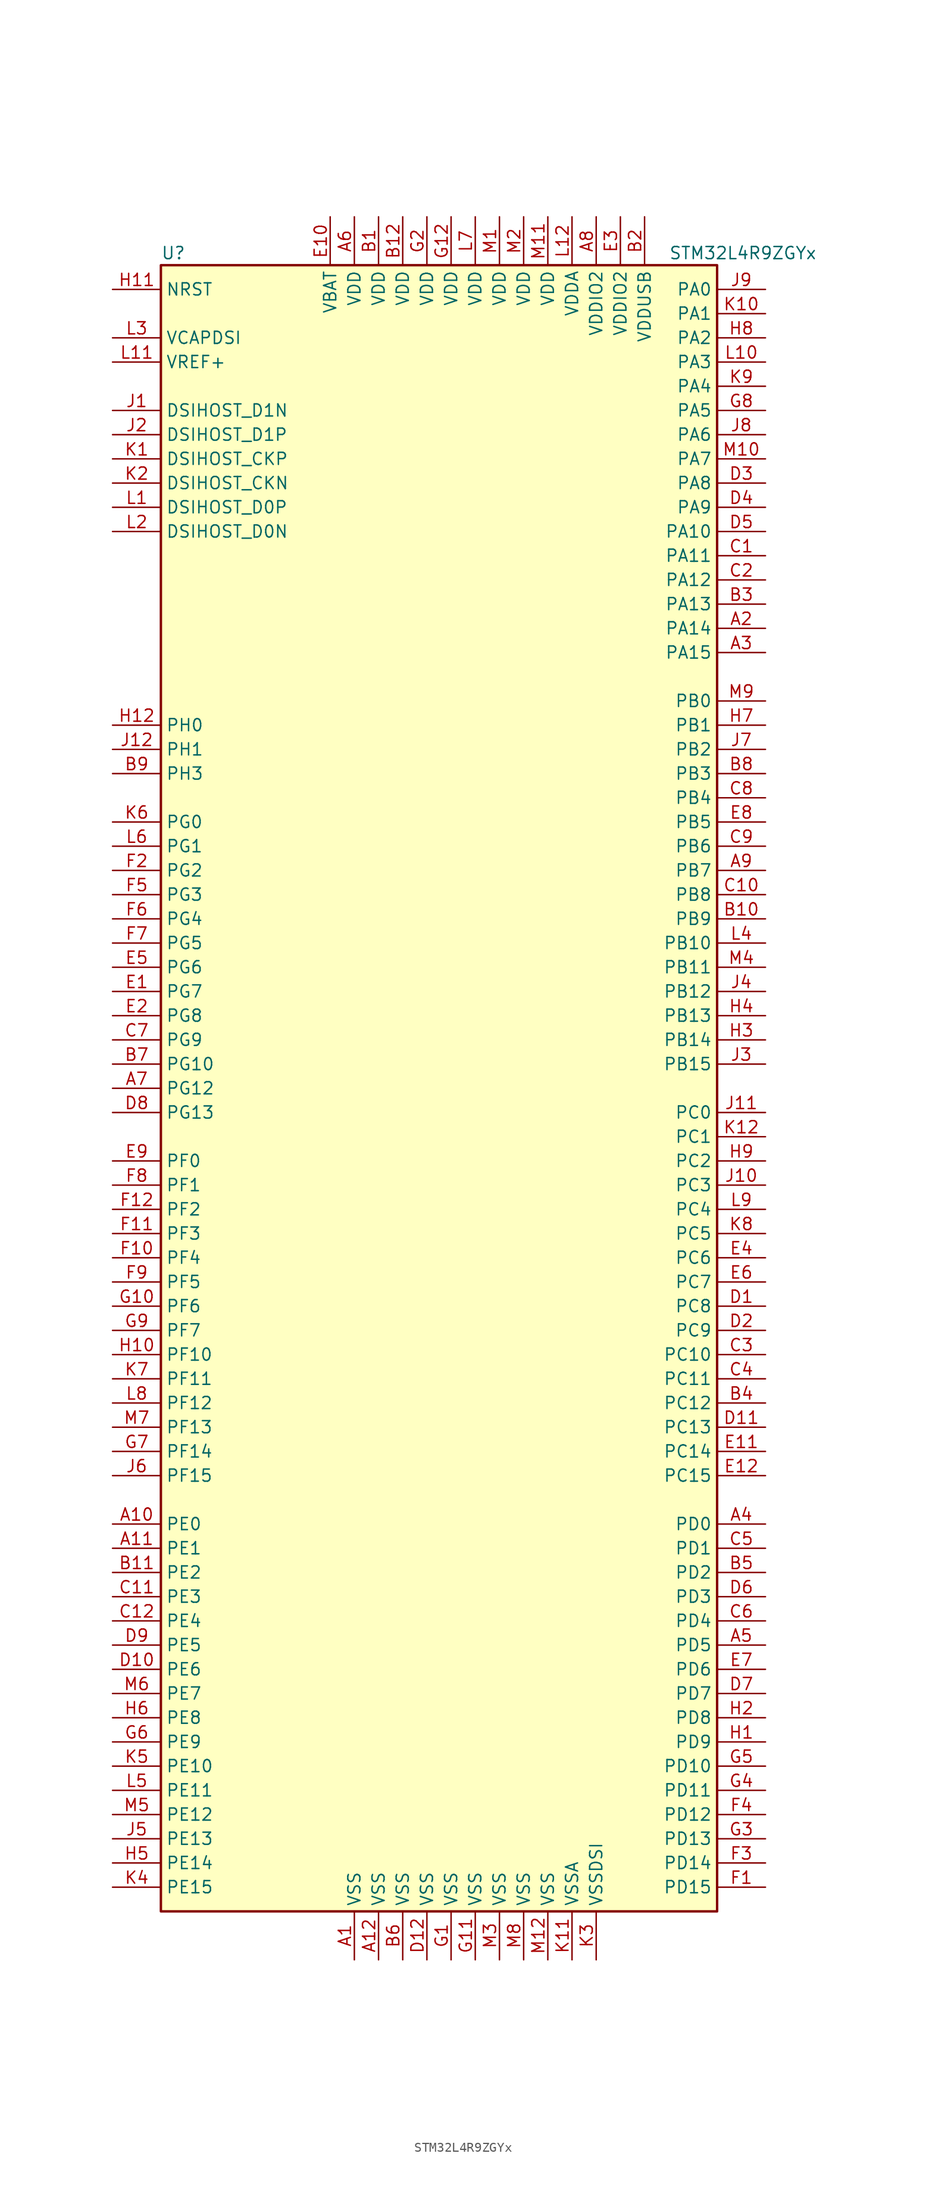
<source format=kicad_sym>
(kicad_symbol_lib
  (version 20201005)
  (generator kicad_symbol_editor)
  (symbol "STM32L4R9ZGYx"
    (property "Reference" "U"
      (at -30.48 87.63 0)
      (effects (font (size 1.27 1.27)) (justify left)))
    (property "Value" "STM32L4R9ZGYx"
      (at 22.86 87.63 0)
      (effects (font (size 1.27 1.27)) (justify left)))
    (symbol "STM32L4R9ZGYx_0_1"
      (rectangle (start -30.48 -86.36) (end 27.94 86.36) (stroke (width 0.254)) (fill (type background))))
    (symbol "STM32L4R9ZGYx_1_1"
      (pin power_in line (at -10.16 -91.44 90) (length 5.08) (name "VSS" (effects (font (size 1.27 1.27)))) (number "A1" (effects (font (size 1.27 1.27)))))
      (pin bidirectional line (at -35.56 -45.72 0) (length 5.08) (name "PE0" (effects (font (size 1.27 1.27)))) (number "A10" (effects (font (size 1.27 1.27)))))
      (pin bidirectional line (at -35.56 -48.26 0) (length 5.08) (name "PE1" (effects (font (size 1.27 1.27)))) (number "A11" (effects (font (size 1.27 1.27)))))
      (pin power_in line (at -7.62 -91.44 90) (length 5.08) (name "VSS" (effects (font (size 1.27 1.27)))) (number "A12" (effects (font (size 1.27 1.27)))))
      (pin bidirectional line (at 33.02 48.26 180) (length 5.08) (name "PA14" (effects (font (size 1.27 1.27)))) (number "A2" (effects (font (size 1.27 1.27)))))
      (pin bidirectional line (at 33.02 45.72 180) (length 5.08) (name "PA15" (effects (font (size 1.27 1.27)))) (number "A3" (effects (font (size 1.27 1.27)))))
      (pin bidirectional line (at 33.02 -45.72 180) (length 5.08) (name "PD0" (effects (font (size 1.27 1.27)))) (number "A4" (effects (font (size 1.27 1.27)))))
      (pin bidirectional line (at 33.02 -58.42 180) (length 5.08) (name "PD5" (effects (font (size 1.27 1.27)))) (number "A5" (effects (font (size 1.27 1.27)))))
      (pin power_in line (at -10.16 91.44 270) (length 5.08) (name "VDD" (effects (font (size 1.27 1.27)))) (number "A6" (effects (font (size 1.27 1.27)))))
      (pin bidirectional line (at -35.56 0 0) (length 5.08) (name "PG12" (effects (font (size 1.27 1.27)))) (number "A7" (effects (font (size 1.27 1.27)))))
      (pin power_in line (at 15.24 91.44 270) (length 5.08) (name "VDDIO2" (effects (font (size 1.27 1.27)))) (number "A8" (effects (font (size 1.27 1.27)))))
      (pin bidirectional line (at 33.02 22.86 180) (length 5.08) (name "PB7" (effects (font (size 1.27 1.27)))) (number "A9" (effects (font (size 1.27 1.27)))))
      (pin power_in line (at -7.62 91.44 270) (length 5.08) (name "VDD" (effects (font (size 1.27 1.27)))) (number "B1" (effects (font (size 1.27 1.27)))))
      (pin bidirectional line (at 33.02 17.78 180) (length 5.08) (name "PB9" (effects (font (size 1.27 1.27)))) (number "B10" (effects (font (size 1.27 1.27)))))
      (pin bidirectional line (at -35.56 -50.8 0) (length 5.08) (name "PE2" (effects (font (size 1.27 1.27)))) (number "B11" (effects (font (size 1.27 1.27)))))
      (pin power_in line (at -5.08 91.44 270) (length 5.08) (name "VDD" (effects (font (size 1.27 1.27)))) (number "B12" (effects (font (size 1.27 1.27)))))
      (pin power_in line (at 20.32 91.44 270) (length 5.08) (name "VDDUSB" (effects (font (size 1.27 1.27)))) (number "B2" (effects (font (size 1.27 1.27)))))
      (pin bidirectional line (at 33.02 50.8 180) (length 5.08) (name "PA13" (effects (font (size 1.27 1.27)))) (number "B3" (effects (font (size 1.27 1.27)))))
      (pin bidirectional line (at 33.02 -33.02 180) (length 5.08) (name "PC12" (effects (font (size 1.27 1.27)))) (number "B4" (effects (font (size 1.27 1.27)))))
      (pin bidirectional line (at 33.02 -50.8 180) (length 5.08) (name "PD2" (effects (font (size 1.27 1.27)))) (number "B5" (effects (font (size 1.27 1.27)))))
      (pin power_in line (at -5.08 -91.44 90) (length 5.08) (name "VSS" (effects (font (size 1.27 1.27)))) (number "B6" (effects (font (size 1.27 1.27)))))
      (pin bidirectional line (at -35.56 2.54 0) (length 5.08) (name "PG10" (effects (font (size 1.27 1.27)))) (number "B7" (effects (font (size 1.27 1.27)))))
      (pin bidirectional line (at 33.02 33.02 180) (length 5.08) (name "PB3" (effects (font (size 1.27 1.27)))) (number "B8" (effects (font (size 1.27 1.27)))))
      (pin bidirectional line (at -35.56 33.02 0) (length 5.08) (name "PH3" (effects (font (size 1.27 1.27)))) (number "B9" (effects (font (size 1.27 1.27)))))
      (pin bidirectional line (at 33.02 55.88 180) (length 5.08) (name "PA11" (effects (font (size 1.27 1.27)))) (number "C1" (effects (font (size 1.27 1.27)))))
      (pin bidirectional line (at 33.02 20.32 180) (length 5.08) (name "PB8" (effects (font (size 1.27 1.27)))) (number "C10" (effects (font (size 1.27 1.27)))))
      (pin bidirectional line (at -35.56 -53.34 0) (length 5.08) (name "PE3" (effects (font (size 1.27 1.27)))) (number "C11" (effects (font (size 1.27 1.27)))))
      (pin bidirectional line (at -35.56 -55.88 0) (length 5.08) (name "PE4" (effects (font (size 1.27 1.27)))) (number "C12" (effects (font (size 1.27 1.27)))))
      (pin bidirectional line (at 33.02 53.34 180) (length 5.08) (name "PA12" (effects (font (size 1.27 1.27)))) (number "C2" (effects (font (size 1.27 1.27)))))
      (pin bidirectional line (at 33.02 -27.94 180) (length 5.08) (name "PC10" (effects (font (size 1.27 1.27)))) (number "C3" (effects (font (size 1.27 1.27)))))
      (pin bidirectional line (at 33.02 -30.48 180) (length 5.08) (name "PC11" (effects (font (size 1.27 1.27)))) (number "C4" (effects (font (size 1.27 1.27)))))
      (pin bidirectional line (at 33.02 -48.26 180) (length 5.08) (name "PD1" (effects (font (size 1.27 1.27)))) (number "C5" (effects (font (size 1.27 1.27)))))
      (pin bidirectional line (at 33.02 -55.88 180) (length 5.08) (name "PD4" (effects (font (size 1.27 1.27)))) (number "C6" (effects (font (size 1.27 1.27)))))
      (pin bidirectional line (at -35.56 5.08 0) (length 5.08) (name "PG9" (effects (font (size 1.27 1.27)))) (number "C7" (effects (font (size 1.27 1.27)))))
      (pin bidirectional line (at 33.02 30.48 180) (length 5.08) (name "PB4" (effects (font (size 1.27 1.27)))) (number "C8" (effects (font (size 1.27 1.27)))))
      (pin bidirectional line (at 33.02 25.4 180) (length 5.08) (name "PB6" (effects (font (size 1.27 1.27)))) (number "C9" (effects (font (size 1.27 1.27)))))
      (pin bidirectional line (at 33.02 -22.86 180) (length 5.08) (name "PC8" (effects (font (size 1.27 1.27)))) (number "D1" (effects (font (size 1.27 1.27)))))
      (pin bidirectional line (at -35.56 -60.96 0) (length 5.08) (name "PE6" (effects (font (size 1.27 1.27)))) (number "D10" (effects (font (size 1.27 1.27)))))
      (pin bidirectional line (at 33.02 -35.56 180) (length 5.08) (name "PC13" (effects (font (size 1.27 1.27)))) (number "D11" (effects (font (size 1.27 1.27)))))
      (pin power_in line (at -2.54 -91.44 90) (length 5.08) (name "VSS" (effects (font (size 1.27 1.27)))) (number "D12" (effects (font (size 1.27 1.27)))))
      (pin bidirectional line (at 33.02 -25.4 180) (length 5.08) (name "PC9" (effects (font (size 1.27 1.27)))) (number "D2" (effects (font (size 1.27 1.27)))))
      (pin bidirectional line (at 33.02 63.5 180) (length 5.08) (name "PA8" (effects (font (size 1.27 1.27)))) (number "D3" (effects (font (size 1.27 1.27)))))
      (pin bidirectional line (at 33.02 60.96 180) (length 5.08) (name "PA9" (effects (font (size 1.27 1.27)))) (number "D4" (effects (font (size 1.27 1.27)))))
      (pin bidirectional line (at 33.02 58.42 180) (length 5.08) (name "PA10" (effects (font (size 1.27 1.27)))) (number "D5" (effects (font (size 1.27 1.27)))))
      (pin bidirectional line (at 33.02 -53.34 180) (length 5.08) (name "PD3" (effects (font (size 1.27 1.27)))) (number "D6" (effects (font (size 1.27 1.27)))))
      (pin bidirectional line (at 33.02 -63.5 180) (length 5.08) (name "PD7" (effects (font (size 1.27 1.27)))) (number "D7" (effects (font (size 1.27 1.27)))))
      (pin bidirectional line (at -35.56 -2.54 0) (length 5.08) (name "PG13" (effects (font (size 1.27 1.27)))) (number "D8" (effects (font (size 1.27 1.27)))))
      (pin bidirectional line (at -35.56 -58.42 0) (length 5.08) (name "PE5" (effects (font (size 1.27 1.27)))) (number "D9" (effects (font (size 1.27 1.27)))))
      (pin bidirectional line (at -35.56 10.16 0) (length 5.08) (name "PG7" (effects (font (size 1.27 1.27)))) (number "E1" (effects (font (size 1.27 1.27)))))
      (pin power_in line (at -12.7 91.44 270) (length 5.08) (name "VBAT" (effects (font (size 1.27 1.27)))) (number "E10" (effects (font (size 1.27 1.27)))))
      (pin bidirectional line (at 33.02 -38.1 180) (length 5.08) (name "PC14" (effects (font (size 1.27 1.27)))) (number "E11" (effects (font (size 1.27 1.27)))))
      (pin bidirectional line (at 33.02 -40.64 180) (length 5.08) (name "PC15" (effects (font (size 1.27 1.27)))) (number "E12" (effects (font (size 1.27 1.27)))))
      (pin bidirectional line (at -35.56 7.62 0) (length 5.08) (name "PG8" (effects (font (size 1.27 1.27)))) (number "E2" (effects (font (size 1.27 1.27)))))
      (pin power_in line (at 17.78 91.44 270) (length 5.08) (name "VDDIO2" (effects (font (size 1.27 1.27)))) (number "E3" (effects (font (size 1.27 1.27)))))
      (pin bidirectional line (at 33.02 -17.78 180) (length 5.08) (name "PC6" (effects (font (size 1.27 1.27)))) (number "E4" (effects (font (size 1.27 1.27)))))
      (pin bidirectional line (at -35.56 12.7 0) (length 5.08) (name "PG6" (effects (font (size 1.27 1.27)))) (number "E5" (effects (font (size 1.27 1.27)))))
      (pin bidirectional line (at 33.02 -20.32 180) (length 5.08) (name "PC7" (effects (font (size 1.27 1.27)))) (number "E6" (effects (font (size 1.27 1.27)))))
      (pin bidirectional line (at 33.02 -60.96 180) (length 5.08) (name "PD6" (effects (font (size 1.27 1.27)))) (number "E7" (effects (font (size 1.27 1.27)))))
      (pin bidirectional line (at 33.02 27.94 180) (length 5.08) (name "PB5" (effects (font (size 1.27 1.27)))) (number "E8" (effects (font (size 1.27 1.27)))))
      (pin bidirectional line (at -35.56 -7.62 0) (length 5.08) (name "PF0" (effects (font (size 1.27 1.27)))) (number "E9" (effects (font (size 1.27 1.27)))))
      (pin bidirectional line (at 33.02 -83.82 180) (length 5.08) (name "PD15" (effects (font (size 1.27 1.27)))) (number "F1" (effects (font (size 1.27 1.27)))))
      (pin bidirectional line (at -35.56 -17.78 0) (length 5.08) (name "PF4" (effects (font (size 1.27 1.27)))) (number "F10" (effects (font (size 1.27 1.27)))))
      (pin bidirectional line (at -35.56 -15.24 0) (length 5.08) (name "PF3" (effects (font (size 1.27 1.27)))) (number "F11" (effects (font (size 1.27 1.27)))))
      (pin bidirectional line (at -35.56 -12.7 0) (length 5.08) (name "PF2" (effects (font (size 1.27 1.27)))) (number "F12" (effects (font (size 1.27 1.27)))))
      (pin bidirectional line (at -35.56 22.86 0) (length 5.08) (name "PG2" (effects (font (size 1.27 1.27)))) (number "F2" (effects (font (size 1.27 1.27)))))
      (pin bidirectional line (at 33.02 -81.28 180) (length 5.08) (name "PD14" (effects (font (size 1.27 1.27)))) (number "F3" (effects (font (size 1.27 1.27)))))
      (pin bidirectional line (at 33.02 -76.2 180) (length 5.08) (name "PD12" (effects (font (size 1.27 1.27)))) (number "F4" (effects (font (size 1.27 1.27)))))
      (pin bidirectional line (at -35.56 20.32 0) (length 5.08) (name "PG3" (effects (font (size 1.27 1.27)))) (number "F5" (effects (font (size 1.27 1.27)))))
      (pin bidirectional line (at -35.56 17.78 0) (length 5.08) (name "PG4" (effects (font (size 1.27 1.27)))) (number "F6" (effects (font (size 1.27 1.27)))))
      (pin bidirectional line (at -35.56 15.24 0) (length 5.08) (name "PG5" (effects (font (size 1.27 1.27)))) (number "F7" (effects (font (size 1.27 1.27)))))
      (pin bidirectional line (at -35.56 -10.16 0) (length 5.08) (name "PF1" (effects (font (size 1.27 1.27)))) (number "F8" (effects (font (size 1.27 1.27)))))
      (pin bidirectional line (at -35.56 -20.32 0) (length 5.08) (name "PF5" (effects (font (size 1.27 1.27)))) (number "F9" (effects (font (size 1.27 1.27)))))
      (pin power_in line (at 0 -91.44 90) (length 5.08) (name "VSS" (effects (font (size 1.27 1.27)))) (number "G1" (effects (font (size 1.27 1.27)))))
      (pin bidirectional line (at -35.56 -22.86 0) (length 5.08) (name "PF6" (effects (font (size 1.27 1.27)))) (number "G10" (effects (font (size 1.27 1.27)))))
      (pin power_in line (at 2.54 -91.44 90) (length 5.08) (name "VSS" (effects (font (size 1.27 1.27)))) (number "G11" (effects (font (size 1.27 1.27)))))
      (pin power_in line (at 0 91.44 270) (length 5.08) (name "VDD" (effects (font (size 1.27 1.27)))) (number "G12" (effects (font (size 1.27 1.27)))))
      (pin power_in line (at -2.54 91.44 270) (length 5.08) (name "VDD" (effects (font (size 1.27 1.27)))) (number "G2" (effects (font (size 1.27 1.27)))))
      (pin bidirectional line (at 33.02 -78.74 180) (length 5.08) (name "PD13" (effects (font (size 1.27 1.27)))) (number "G3" (effects (font (size 1.27 1.27)))))
      (pin bidirectional line (at 33.02 -73.66 180) (length 5.08) (name "PD11" (effects (font (size 1.27 1.27)))) (number "G4" (effects (font (size 1.27 1.27)))))
      (pin bidirectional line (at 33.02 -71.12 180) (length 5.08) (name "PD10" (effects (font (size 1.27 1.27)))) (number "G5" (effects (font (size 1.27 1.27)))))
      (pin bidirectional line (at -35.56 -68.58 0) (length 5.08) (name "PE9" (effects (font (size 1.27 1.27)))) (number "G6" (effects (font (size 1.27 1.27)))))
      (pin bidirectional line (at -35.56 -38.1 0) (length 5.08) (name "PF14" (effects (font (size 1.27 1.27)))) (number "G7" (effects (font (size 1.27 1.27)))))
      (pin bidirectional line (at 33.02 71.12 180) (length 5.08) (name "PA5" (effects (font (size 1.27 1.27)))) (number "G8" (effects (font (size 1.27 1.27)))))
      (pin bidirectional line (at -35.56 -25.4 0) (length 5.08) (name "PF7" (effects (font (size 1.27 1.27)))) (number "G9" (effects (font (size 1.27 1.27)))))
      (pin bidirectional line (at 33.02 -68.58 180) (length 5.08) (name "PD9" (effects (font (size 1.27 1.27)))) (number "H1" (effects (font (size 1.27 1.27)))))
      (pin bidirectional line (at -35.56 -27.94 0) (length 5.08) (name "PF10" (effects (font (size 1.27 1.27)))) (number "H10" (effects (font (size 1.27 1.27)))))
      (pin input line (at -35.56 83.82 0) (length 5.08) (name "NRST" (effects (font (size 1.27 1.27)))) (number "H11" (effects (font (size 1.27 1.27)))))
      (pin input line (at -35.56 38.1 0) (length 5.08) (name "PH0" (effects (font (size 1.27 1.27)))) (number "H12" (effects (font (size 1.27 1.27)))))
      (pin bidirectional line (at 33.02 -66.04 180) (length 5.08) (name "PD8" (effects (font (size 1.27 1.27)))) (number "H2" (effects (font (size 1.27 1.27)))))
      (pin bidirectional line (at 33.02 5.08 180) (length 5.08) (name "PB14" (effects (font (size 1.27 1.27)))) (number "H3" (effects (font (size 1.27 1.27)))))
      (pin bidirectional line (at 33.02 7.62 180) (length 5.08) (name "PB13" (effects (font (size 1.27 1.27)))) (number "H4" (effects (font (size 1.27 1.27)))))
      (pin bidirectional line (at -35.56 -81.28 0) (length 5.08) (name "PE14" (effects (font (size 1.27 1.27)))) (number "H5" (effects (font (size 1.27 1.27)))))
      (pin bidirectional line (at -35.56 -66.04 0) (length 5.08) (name "PE8" (effects (font (size 1.27 1.27)))) (number "H6" (effects (font (size 1.27 1.27)))))
      (pin bidirectional line (at 33.02 38.1 180) (length 5.08) (name "PB1" (effects (font (size 1.27 1.27)))) (number "H7" (effects (font (size 1.27 1.27)))))
      (pin bidirectional line (at 33.02 78.74 180) (length 5.08) (name "PA2" (effects (font (size 1.27 1.27)))) (number "H8" (effects (font (size 1.27 1.27)))))
      (pin bidirectional line (at 33.02 -7.62 180) (length 5.08) (name "PC2" (effects (font (size 1.27 1.27)))) (number "H9" (effects (font (size 1.27 1.27)))))
      (pin bidirectional line (at -35.56 71.12 0) (length 5.08) (name "DSIHOST_D1N" (effects (font (size 1.27 1.27)))) (number "J1" (effects (font (size 1.27 1.27)))))
      (pin bidirectional line (at 33.02 -10.16 180) (length 5.08) (name "PC3" (effects (font (size 1.27 1.27)))) (number "J10" (effects (font (size 1.27 1.27)))))
      (pin bidirectional line (at 33.02 -2.54 180) (length 5.08) (name "PC0" (effects (font (size 1.27 1.27)))) (number "J11" (effects (font (size 1.27 1.27)))))
      (pin input line (at -35.56 35.56 0) (length 5.08) (name "PH1" (effects (font (size 1.27 1.27)))) (number "J12" (effects (font (size 1.27 1.27)))))
      (pin bidirectional line (at -35.56 68.58 0) (length 5.08) (name "DSIHOST_D1P" (effects (font (size 1.27 1.27)))) (number "J2" (effects (font (size 1.27 1.27)))))
      (pin bidirectional line (at 33.02 2.54 180) (length 5.08) (name "PB15" (effects (font (size 1.27 1.27)))) (number "J3" (effects (font (size 1.27 1.27)))))
      (pin bidirectional line (at 33.02 10.16 180) (length 5.08) (name "PB12" (effects (font (size 1.27 1.27)))) (number "J4" (effects (font (size 1.27 1.27)))))
      (pin bidirectional line (at -35.56 -78.74 0) (length 5.08) (name "PE13" (effects (font (size 1.27 1.27)))) (number "J5" (effects (font (size 1.27 1.27)))))
      (pin bidirectional line (at -35.56 -40.64 0) (length 5.08) (name "PF15" (effects (font (size 1.27 1.27)))) (number "J6" (effects (font (size 1.27 1.27)))))
      (pin bidirectional line (at 33.02 35.56 180) (length 5.08) (name "PB2" (effects (font (size 1.27 1.27)))) (number "J7" (effects (font (size 1.27 1.27)))))
      (pin bidirectional line (at 33.02 68.58 180) (length 5.08) (name "PA6" (effects (font (size 1.27 1.27)))) (number "J8" (effects (font (size 1.27 1.27)))))
      (pin bidirectional line (at 33.02 83.82 180) (length 5.08) (name "PA0" (effects (font (size 1.27 1.27)))) (number "J9" (effects (font (size 1.27 1.27)))))
      (pin bidirectional line (at -35.56 66.04 0) (length 5.08) (name "DSIHOST_CKP" (effects (font (size 1.27 1.27)))) (number "K1" (effects (font (size 1.27 1.27)))))
      (pin bidirectional line (at 33.02 81.28 180) (length 5.08) (name "PA1" (effects (font (size 1.27 1.27)))) (number "K10" (effects (font (size 1.27 1.27)))))
      (pin power_in line (at 12.7 -91.44 90) (length 5.08) (name "VSSA" (effects (font (size 1.27 1.27)))) (number "K11" (effects (font (size 1.27 1.27)))))
      (pin bidirectional line (at 33.02 -5.08 180) (length 5.08) (name "PC1" (effects (font (size 1.27 1.27)))) (number "K12" (effects (font (size 1.27 1.27)))))
      (pin bidirectional line (at -35.56 63.5 0) (length 5.08) (name "DSIHOST_CKN" (effects (font (size 1.27 1.27)))) (number "K2" (effects (font (size 1.27 1.27)))))
      (pin power_in line (at 15.24 -91.44 90) (length 5.08) (name "VSSDSI" (effects (font (size 1.27 1.27)))) (number "K3" (effects (font (size 1.27 1.27)))))
      (pin bidirectional line (at -35.56 -83.82 0) (length 5.08) (name "PE15" (effects (font (size 1.27 1.27)))) (number "K4" (effects (font (size 1.27 1.27)))))
      (pin bidirectional line (at -35.56 -71.12 0) (length 5.08) (name "PE10" (effects (font (size 1.27 1.27)))) (number "K5" (effects (font (size 1.27 1.27)))))
      (pin bidirectional line (at -35.56 27.94 0) (length 5.08) (name "PG0" (effects (font (size 1.27 1.27)))) (number "K6" (effects (font (size 1.27 1.27)))))
      (pin bidirectional line (at -35.56 -30.48 0) (length 5.08) (name "PF11" (effects (font (size 1.27 1.27)))) (number "K7" (effects (font (size 1.27 1.27)))))
      (pin bidirectional line (at 33.02 -15.24 180) (length 5.08) (name "PC5" (effects (font (size 1.27 1.27)))) (number "K8" (effects (font (size 1.27 1.27)))))
      (pin bidirectional line (at 33.02 73.66 180) (length 5.08) (name "PA4" (effects (font (size 1.27 1.27)))) (number "K9" (effects (font (size 1.27 1.27)))))
      (pin bidirectional line (at -35.56 60.96 0) (length 5.08) (name "DSIHOST_D0P" (effects (font (size 1.27 1.27)))) (number "L1" (effects (font (size 1.27 1.27)))))
      (pin bidirectional line (at 33.02 76.2 180) (length 5.08) (name "PA3" (effects (font (size 1.27 1.27)))) (number "L10" (effects (font (size 1.27 1.27)))))
      (pin bidirectional line (at -35.56 76.2 0) (length 5.08) (name "VREF+" (effects (font (size 1.27 1.27)))) (number "L11" (effects (font (size 1.27 1.27)))))
      (pin power_in line (at 12.7 91.44 270) (length 5.08) (name "VDDA" (effects (font (size 1.27 1.27)))) (number "L12" (effects (font (size 1.27 1.27)))))
      (pin bidirectional line (at -35.56 58.42 0) (length 5.08) (name "DSIHOST_D0N" (effects (font (size 1.27 1.27)))) (number "L2" (effects (font (size 1.27 1.27)))))
      (pin power_in line (at -35.56 78.74 0) (length 5.08) (name "VCAPDSI" (effects (font (size 1.27 1.27)))) (number "L3" (effects (font (size 1.27 1.27)))))
      (pin bidirectional line (at 33.02 15.24 180) (length 5.08) (name "PB10" (effects (font (size 1.27 1.27)))) (number "L4" (effects (font (size 1.27 1.27)))))
      (pin bidirectional line (at -35.56 -73.66 0) (length 5.08) (name "PE11" (effects (font (size 1.27 1.27)))) (number "L5" (effects (font (size 1.27 1.27)))))
      (pin bidirectional line (at -35.56 25.4 0) (length 5.08) (name "PG1" (effects (font (size 1.27 1.27)))) (number "L6" (effects (font (size 1.27 1.27)))))
      (pin power_in line (at 2.54 91.44 270) (length 5.08) (name "VDD" (effects (font (size 1.27 1.27)))) (number "L7" (effects (font (size 1.27 1.27)))))
      (pin bidirectional line (at -35.56 -33.02 0) (length 5.08) (name "PF12" (effects (font (size 1.27 1.27)))) (number "L8" (effects (font (size 1.27 1.27)))))
      (pin bidirectional line (at 33.02 -12.7 180) (length 5.08) (name "PC4" (effects (font (size 1.27 1.27)))) (number "L9" (effects (font (size 1.27 1.27)))))
      (pin power_in line (at 5.08 91.44 270) (length 5.08) (name "VDD" (effects (font (size 1.27 1.27)))) (number "M1" (effects (font (size 1.27 1.27)))))
      (pin bidirectional line (at 33.02 66.04 180) (length 5.08) (name "PA7" (effects (font (size 1.27 1.27)))) (number "M10" (effects (font (size 1.27 1.27)))))
      (pin power_in line (at 10.16 91.44 270) (length 5.08) (name "VDD" (effects (font (size 1.27 1.27)))) (number "M11" (effects (font (size 1.27 1.27)))))
      (pin power_in line (at 10.16 -91.44 90) (length 5.08) (name "VSS" (effects (font (size 1.27 1.27)))) (number "M12" (effects (font (size 1.27 1.27)))))
      (pin power_in line (at 7.62 91.44 270) (length 5.08) (name "VDD" (effects (font (size 1.27 1.27)))) (number "M2" (effects (font (size 1.27 1.27)))))
      (pin power_in line (at 5.08 -91.44 90) (length 5.08) (name "VSS" (effects (font (size 1.27 1.27)))) (number "M3" (effects (font (size 1.27 1.27)))))
      (pin bidirectional line (at 33.02 12.7 180) (length 5.08) (name "PB11" (effects (font (size 1.27 1.27)))) (number "M4" (effects (font (size 1.27 1.27)))))
      (pin bidirectional line (at -35.56 -76.2 0) (length 5.08) (name "PE12" (effects (font (size 1.27 1.27)))) (number "M5" (effects (font (size 1.27 1.27)))))
      (pin bidirectional line (at -35.56 -63.5 0) (length 5.08) (name "PE7" (effects (font (size 1.27 1.27)))) (number "M6" (effects (font (size 1.27 1.27)))))
      (pin bidirectional line (at -35.56 -35.56 0) (length 5.08) (name "PF13" (effects (font (size 1.27 1.27)))) (number "M7" (effects (font (size 1.27 1.27)))))
      (pin power_in line (at 7.62 -91.44 90) (length 5.08) (name "VSS" (effects (font (size 1.27 1.27)))) (number "M8" (effects (font (size 1.27 1.27)))))
      (pin bidirectional line (at 33.02 40.64 180) (length 5.08) (name "PB0" (effects (font (size 1.27 1.27)))) (number "M9" (effects (font (size 1.27 1.27))))))))
</source>
